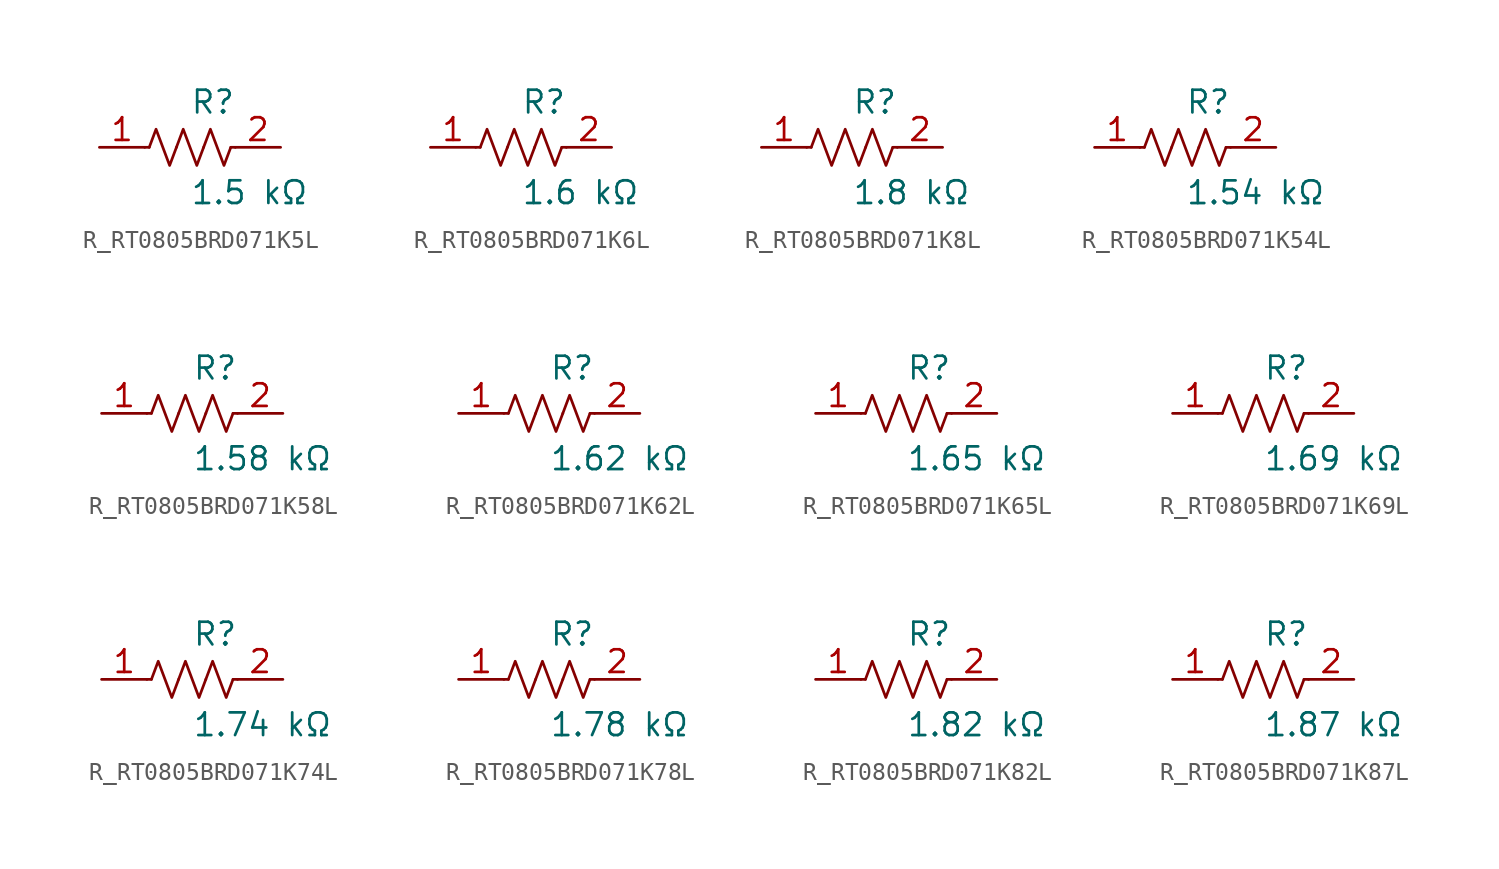
<source format=kicad_sym>
(kicad_symbol_lib
  (version 20231120)
  (generator kicad_symbol_editor)
  (generator_version 8.0)
  (symbol "R_RT0805BRD071K5L"
    (pin_names
      (offset 0.254))
    (property "Reference" "R"
      (at 0.0 2.54 0)
      (effects (font (size 1.27 1.27)) (justify left)))
    (property "Value" "1.5 kΩ"
      (at 0.0 -2.54 0)
      (effects (font (size 1.27 1.27)) (justify left)))
    (symbol "R_RT0805BRD071K5L_0_1"
      (polyline (pts (xy 2.286 0) (xy 2.54 0)) (stroke (width 0) (type default)) (fill (type none)))
      (polyline (pts (xy -2.286 0) (xy -2.54 0)) (stroke (width 0) (type default)) (fill (type none)))
      (polyline (pts (xy 0.762 0) (xy 1.143 1.016) (xy 1.524 0) (xy 1.905 -1.016) (xy 2.286 0)) (stroke (width 0) (type default)) (fill (type none)))
      (polyline (pts (xy -0.762 0) (xy -0.381 1.016) (xy 0 0) (xy 0.381 -1.016) (xy 0.762 0)) (stroke (width 0) (type default)) (fill (type none)))
      (polyline (pts (xy -2.286 0) (xy -1.905 1.016) (xy -1.524 0) (xy -1.143 -1.016) (xy -0.762 0)) (stroke (width 0) (type default)) (fill (type none))))
    (pin unspecified line
      (at -5.08 0 0)
      (length 2.54)
      (name "" (effects (font (size 1.27 1.27))))
      (number "1" (effects (font (size 1.27 1.27)))))
    (pin unspecified line
      (at 5.08 0 180)
      (length 2.54)
      (name "" (effects (font (size 1.27 1.27))))
      (number "2" (effects (font (size 1.27 1.27))))))
  (symbol "R_RT0805BRD071K6L"
    (pin_names
      (offset 0.254))
    (property "Reference" "R"
      (at 0.0 2.54 0)
      (effects (font (size 1.27 1.27)) (justify left)))
    (property "Value" "1.6 kΩ"
      (at 0.0 -2.54 0)
      (effects (font (size 1.27 1.27)) (justify left)))
    (symbol "R_RT0805BRD071K6L_0_1"
      (polyline (pts (xy 2.286 0) (xy 2.54 0)) (stroke (width 0) (type default)) (fill (type none)))
      (polyline (pts (xy -2.286 0) (xy -2.54 0)) (stroke (width 0) (type default)) (fill (type none)))
      (polyline (pts (xy 0.762 0) (xy 1.143 1.016) (xy 1.524 0) (xy 1.905 -1.016) (xy 2.286 0)) (stroke (width 0) (type default)) (fill (type none)))
      (polyline (pts (xy -0.762 0) (xy -0.381 1.016) (xy 0 0) (xy 0.381 -1.016) (xy 0.762 0)) (stroke (width 0) (type default)) (fill (type none)))
      (polyline (pts (xy -2.286 0) (xy -1.905 1.016) (xy -1.524 0) (xy -1.143 -1.016) (xy -0.762 0)) (stroke (width 0) (type default)) (fill (type none))))
    (pin unspecified line
      (at -5.08 0 0)
      (length 2.54)
      (name "" (effects (font (size 1.27 1.27))))
      (number "1" (effects (font (size 1.27 1.27)))))
    (pin unspecified line
      (at 5.08 0 180)
      (length 2.54)
      (name "" (effects (font (size 1.27 1.27))))
      (number "2" (effects (font (size 1.27 1.27))))))
  (symbol "R_RT0805BRD071K8L"
    (pin_names
      (offset 0.254))
    (property "Reference" "R"
      (at 0.0 2.54 0)
      (effects (font (size 1.27 1.27)) (justify left)))
    (property "Value" "1.8 kΩ"
      (at 0.0 -2.54 0)
      (effects (font (size 1.27 1.27)) (justify left)))
    (symbol "R_RT0805BRD071K8L_0_1"
      (polyline (pts (xy 2.286 0) (xy 2.54 0)) (stroke (width 0) (type default)) (fill (type none)))
      (polyline (pts (xy -2.286 0) (xy -2.54 0)) (stroke (width 0) (type default)) (fill (type none)))
      (polyline (pts (xy 0.762 0) (xy 1.143 1.016) (xy 1.524 0) (xy 1.905 -1.016) (xy 2.286 0)) (stroke (width 0) (type default)) (fill (type none)))
      (polyline (pts (xy -0.762 0) (xy -0.381 1.016) (xy 0 0) (xy 0.381 -1.016) (xy 0.762 0)) (stroke (width 0) (type default)) (fill (type none)))
      (polyline (pts (xy -2.286 0) (xy -1.905 1.016) (xy -1.524 0) (xy -1.143 -1.016) (xy -0.762 0)) (stroke (width 0) (type default)) (fill (type none))))
    (pin unspecified line
      (at -5.08 0 0)
      (length 2.54)
      (name "" (effects (font (size 1.27 1.27))))
      (number "1" (effects (font (size 1.27 1.27)))))
    (pin unspecified line
      (at 5.08 0 180)
      (length 2.54)
      (name "" (effects (font (size 1.27 1.27))))
      (number "2" (effects (font (size 1.27 1.27))))))
  (symbol "R_RT0805BRD071K54L"
    (pin_names
      (offset 0.254))
    (property "Reference" "R"
      (at 0.0 2.54 0)
      (effects (font (size 1.27 1.27)) (justify left)))
    (property "Value" "1.54 kΩ"
      (at 0.0 -2.54 0)
      (effects (font (size 1.27 1.27)) (justify left)))
    (symbol "R_RT0805BRD071K54L_0_1"
      (polyline (pts (xy 2.286 0) (xy 2.54 0)) (stroke (width 0) (type default)) (fill (type none)))
      (polyline (pts (xy -2.286 0) (xy -2.54 0)) (stroke (width 0) (type default)) (fill (type none)))
      (polyline (pts (xy 0.762 0) (xy 1.143 1.016) (xy 1.524 0) (xy 1.905 -1.016) (xy 2.286 0)) (stroke (width 0) (type default)) (fill (type none)))
      (polyline (pts (xy -0.762 0) (xy -0.381 1.016) (xy 0 0) (xy 0.381 -1.016) (xy 0.762 0)) (stroke (width 0) (type default)) (fill (type none)))
      (polyline (pts (xy -2.286 0) (xy -1.905 1.016) (xy -1.524 0) (xy -1.143 -1.016) (xy -0.762 0)) (stroke (width 0) (type default)) (fill (type none))))
    (pin unspecified line
      (at -5.08 0 0)
      (length 2.54)
      (name "" (effects (font (size 1.27 1.27))))
      (number "1" (effects (font (size 1.27 1.27)))))
    (pin unspecified line
      (at 5.08 0 180)
      (length 2.54)
      (name "" (effects (font (size 1.27 1.27))))
      (number "2" (effects (font (size 1.27 1.27))))))
  (symbol "R_RT0805BRD071K58L"
    (pin_names
      (offset 0.254))
    (property "Reference" "R"
      (at 0.0 2.54 0)
      (effects (font (size 1.27 1.27)) (justify left)))
    (property "Value" "1.58 kΩ"
      (at 0.0 -2.54 0)
      (effects (font (size 1.27 1.27)) (justify left)))
    (symbol "R_RT0805BRD071K58L_0_1"
      (polyline (pts (xy 2.286 0) (xy 2.54 0)) (stroke (width 0) (type default)) (fill (type none)))
      (polyline (pts (xy -2.286 0) (xy -2.54 0)) (stroke (width 0) (type default)) (fill (type none)))
      (polyline (pts (xy 0.762 0) (xy 1.143 1.016) (xy 1.524 0) (xy 1.905 -1.016) (xy 2.286 0)) (stroke (width 0) (type default)) (fill (type none)))
      (polyline (pts (xy -0.762 0) (xy -0.381 1.016) (xy 0 0) (xy 0.381 -1.016) (xy 0.762 0)) (stroke (width 0) (type default)) (fill (type none)))
      (polyline (pts (xy -2.286 0) (xy -1.905 1.016) (xy -1.524 0) (xy -1.143 -1.016) (xy -0.762 0)) (stroke (width 0) (type default)) (fill (type none))))
    (pin unspecified line
      (at -5.08 0 0)
      (length 2.54)
      (name "" (effects (font (size 1.27 1.27))))
      (number "1" (effects (font (size 1.27 1.27)))))
    (pin unspecified line
      (at 5.08 0 180)
      (length 2.54)
      (name "" (effects (font (size 1.27 1.27))))
      (number "2" (effects (font (size 1.27 1.27))))))
  (symbol "R_RT0805BRD071K62L"
    (pin_names
      (offset 0.254))
    (property "Reference" "R"
      (at 0.0 2.54 0)
      (effects (font (size 1.27 1.27)) (justify left)))
    (property "Value" "1.62 kΩ"
      (at 0.0 -2.54 0)
      (effects (font (size 1.27 1.27)) (justify left)))
    (symbol "R_RT0805BRD071K62L_0_1"
      (polyline (pts (xy 2.286 0) (xy 2.54 0)) (stroke (width 0) (type default)) (fill (type none)))
      (polyline (pts (xy -2.286 0) (xy -2.54 0)) (stroke (width 0) (type default)) (fill (type none)))
      (polyline (pts (xy 0.762 0) (xy 1.143 1.016) (xy 1.524 0) (xy 1.905 -1.016) (xy 2.286 0)) (stroke (width 0) (type default)) (fill (type none)))
      (polyline (pts (xy -0.762 0) (xy -0.381 1.016) (xy 0 0) (xy 0.381 -1.016) (xy 0.762 0)) (stroke (width 0) (type default)) (fill (type none)))
      (polyline (pts (xy -2.286 0) (xy -1.905 1.016) (xy -1.524 0) (xy -1.143 -1.016) (xy -0.762 0)) (stroke (width 0) (type default)) (fill (type none))))
    (pin unspecified line
      (at -5.08 0 0)
      (length 2.54)
      (name "" (effects (font (size 1.27 1.27))))
      (number "1" (effects (font (size 1.27 1.27)))))
    (pin unspecified line
      (at 5.08 0 180)
      (length 2.54)
      (name "" (effects (font (size 1.27 1.27))))
      (number "2" (effects (font (size 1.27 1.27))))))
  (symbol "R_RT0805BRD071K65L"
    (pin_names
      (offset 0.254))
    (property "Reference" "R"
      (at 0.0 2.54 0)
      (effects (font (size 1.27 1.27)) (justify left)))
    (property "Value" "1.65 kΩ"
      (at 0.0 -2.54 0)
      (effects (font (size 1.27 1.27)) (justify left)))
    (symbol "R_RT0805BRD071K65L_0_1"
      (polyline (pts (xy 2.286 0) (xy 2.54 0)) (stroke (width 0) (type default)) (fill (type none)))
      (polyline (pts (xy -2.286 0) (xy -2.54 0)) (stroke (width 0) (type default)) (fill (type none)))
      (polyline (pts (xy 0.762 0) (xy 1.143 1.016) (xy 1.524 0) (xy 1.905 -1.016) (xy 2.286 0)) (stroke (width 0) (type default)) (fill (type none)))
      (polyline (pts (xy -0.762 0) (xy -0.381 1.016) (xy 0 0) (xy 0.381 -1.016) (xy 0.762 0)) (stroke (width 0) (type default)) (fill (type none)))
      (polyline (pts (xy -2.286 0) (xy -1.905 1.016) (xy -1.524 0) (xy -1.143 -1.016) (xy -0.762 0)) (stroke (width 0) (type default)) (fill (type none))))
    (pin unspecified line
      (at -5.08 0 0)
      (length 2.54)
      (name "" (effects (font (size 1.27 1.27))))
      (number "1" (effects (font (size 1.27 1.27)))))
    (pin unspecified line
      (at 5.08 0 180)
      (length 2.54)
      (name "" (effects (font (size 1.27 1.27))))
      (number "2" (effects (font (size 1.27 1.27))))))
  (symbol "R_RT0805BRD071K69L"
    (pin_names
      (offset 0.254))
    (property "Reference" "R"
      (at 0.0 2.54 0)
      (effects (font (size 1.27 1.27)) (justify left)))
    (property "Value" "1.69 kΩ"
      (at 0.0 -2.54 0)
      (effects (font (size 1.27 1.27)) (justify left)))
    (symbol "R_RT0805BRD071K69L_0_1"
      (polyline (pts (xy 2.286 0) (xy 2.54 0)) (stroke (width 0) (type default)) (fill (type none)))
      (polyline (pts (xy -2.286 0) (xy -2.54 0)) (stroke (width 0) (type default)) (fill (type none)))
      (polyline (pts (xy 0.762 0) (xy 1.143 1.016) (xy 1.524 0) (xy 1.905 -1.016) (xy 2.286 0)) (stroke (width 0) (type default)) (fill (type none)))
      (polyline (pts (xy -0.762 0) (xy -0.381 1.016) (xy 0 0) (xy 0.381 -1.016) (xy 0.762 0)) (stroke (width 0) (type default)) (fill (type none)))
      (polyline (pts (xy -2.286 0) (xy -1.905 1.016) (xy -1.524 0) (xy -1.143 -1.016) (xy -0.762 0)) (stroke (width 0) (type default)) (fill (type none))))
    (pin unspecified line
      (at -5.08 0 0)
      (length 2.54)
      (name "" (effects (font (size 1.27 1.27))))
      (number "1" (effects (font (size 1.27 1.27)))))
    (pin unspecified line
      (at 5.08 0 180)
      (length 2.54)
      (name "" (effects (font (size 1.27 1.27))))
      (number "2" (effects (font (size 1.27 1.27))))))
  (symbol "R_RT0805BRD071K74L"
    (pin_names
      (offset 0.254))
    (property "Reference" "R"
      (at 0.0 2.54 0)
      (effects (font (size 1.27 1.27)) (justify left)))
    (property "Value" "1.74 kΩ"
      (at 0.0 -2.54 0)
      (effects (font (size 1.27 1.27)) (justify left)))
    (symbol "R_RT0805BRD071K74L_0_1"
      (polyline (pts (xy 2.286 0) (xy 2.54 0)) (stroke (width 0) (type default)) (fill (type none)))
      (polyline (pts (xy -2.286 0) (xy -2.54 0)) (stroke (width 0) (type default)) (fill (type none)))
      (polyline (pts (xy 0.762 0) (xy 1.143 1.016) (xy 1.524 0) (xy 1.905 -1.016) (xy 2.286 0)) (stroke (width 0) (type default)) (fill (type none)))
      (polyline (pts (xy -0.762 0) (xy -0.381 1.016) (xy 0 0) (xy 0.381 -1.016) (xy 0.762 0)) (stroke (width 0) (type default)) (fill (type none)))
      (polyline (pts (xy -2.286 0) (xy -1.905 1.016) (xy -1.524 0) (xy -1.143 -1.016) (xy -0.762 0)) (stroke (width 0) (type default)) (fill (type none))))
    (pin unspecified line
      (at -5.08 0 0)
      (length 2.54)
      (name "" (effects (font (size 1.27 1.27))))
      (number "1" (effects (font (size 1.27 1.27)))))
    (pin unspecified line
      (at 5.08 0 180)
      (length 2.54)
      (name "" (effects (font (size 1.27 1.27))))
      (number "2" (effects (font (size 1.27 1.27))))))
  (symbol "R_RT0805BRD071K78L"
    (pin_names
      (offset 0.254))
    (property "Reference" "R"
      (at 0.0 2.54 0)
      (effects (font (size 1.27 1.27)) (justify left)))
    (property "Value" "1.78 kΩ"
      (at 0.0 -2.54 0)
      (effects (font (size 1.27 1.27)) (justify left)))
    (symbol "R_RT0805BRD071K78L_0_1"
      (polyline (pts (xy 2.286 0) (xy 2.54 0)) (stroke (width 0) (type default)) (fill (type none)))
      (polyline (pts (xy -2.286 0) (xy -2.54 0)) (stroke (width 0) (type default)) (fill (type none)))
      (polyline (pts (xy 0.762 0) (xy 1.143 1.016) (xy 1.524 0) (xy 1.905 -1.016) (xy 2.286 0)) (stroke (width 0) (type default)) (fill (type none)))
      (polyline (pts (xy -0.762 0) (xy -0.381 1.016) (xy 0 0) (xy 0.381 -1.016) (xy 0.762 0)) (stroke (width 0) (type default)) (fill (type none)))
      (polyline (pts (xy -2.286 0) (xy -1.905 1.016) (xy -1.524 0) (xy -1.143 -1.016) (xy -0.762 0)) (stroke (width 0) (type default)) (fill (type none))))
    (pin unspecified line
      (at -5.08 0 0)
      (length 2.54)
      (name "" (effects (font (size 1.27 1.27))))
      (number "1" (effects (font (size 1.27 1.27)))))
    (pin unspecified line
      (at 5.08 0 180)
      (length 2.54)
      (name "" (effects (font (size 1.27 1.27))))
      (number "2" (effects (font (size 1.27 1.27))))))
  (symbol "R_RT0805BRD071K82L"
    (pin_names
      (offset 0.254))
    (property "Reference" "R"
      (at 0.0 2.54 0)
      (effects (font (size 1.27 1.27)) (justify left)))
    (property "Value" "1.82 kΩ"
      (at 0.0 -2.54 0)
      (effects (font (size 1.27 1.27)) (justify left)))
    (symbol "R_RT0805BRD071K82L_0_1"
      (polyline (pts (xy 2.286 0) (xy 2.54 0)) (stroke (width 0) (type default)) (fill (type none)))
      (polyline (pts (xy -2.286 0) (xy -2.54 0)) (stroke (width 0) (type default)) (fill (type none)))
      (polyline (pts (xy 0.762 0) (xy 1.143 1.016) (xy 1.524 0) (xy 1.905 -1.016) (xy 2.286 0)) (stroke (width 0) (type default)) (fill (type none)))
      (polyline (pts (xy -0.762 0) (xy -0.381 1.016) (xy 0 0) (xy 0.381 -1.016) (xy 0.762 0)) (stroke (width 0) (type default)) (fill (type none)))
      (polyline (pts (xy -2.286 0) (xy -1.905 1.016) (xy -1.524 0) (xy -1.143 -1.016) (xy -0.762 0)) (stroke (width 0) (type default)) (fill (type none))))
    (pin unspecified line
      (at -5.08 0 0)
      (length 2.54)
      (name "" (effects (font (size 1.27 1.27))))
      (number "1" (effects (font (size 1.27 1.27)))))
    (pin unspecified line
      (at 5.08 0 180)
      (length 2.54)
      (name "" (effects (font (size 1.27 1.27))))
      (number "2" (effects (font (size 1.27 1.27))))))
  (symbol "R_RT0805BRD071K87L"
    (pin_names
      (offset 0.254))
    (property "Reference" "R"
      (at 0.0 2.54 0)
      (effects (font (size 1.27 1.27)) (justify left)))
    (property "Value" "1.87 kΩ"
      (at 0.0 -2.54 0)
      (effects (font (size 1.27 1.27)) (justify left)))
    (symbol "R_RT0805BRD071K87L_0_1"
      (polyline (pts (xy 2.286 0) (xy 2.54 0)) (stroke (width 0) (type default)) (fill (type none)))
      (polyline (pts (xy -2.286 0) (xy -2.54 0)) (stroke (width 0) (type default)) (fill (type none)))
      (polyline (pts (xy 0.762 0) (xy 1.143 1.016) (xy 1.524 0) (xy 1.905 -1.016) (xy 2.286 0)) (stroke (width 0) (type default)) (fill (type none)))
      (polyline (pts (xy -0.762 0) (xy -0.381 1.016) (xy 0 0) (xy 0.381 -1.016) (xy 0.762 0)) (stroke (width 0) (type default)) (fill (type none)))
      (polyline (pts (xy -2.286 0) (xy -1.905 1.016) (xy -1.524 0) (xy -1.143 -1.016) (xy -0.762 0)) (stroke (width 0) (type default)) (fill (type none))))
    (pin unspecified line
      (at -5.08 0 0)
      (length 2.54)
      (name "" (effects (font (size 1.27 1.27))))
      (number "1" (effects (font (size 1.27 1.27)))))
    (pin unspecified line
      (at 5.08 0 180)
      (length 2.54)
      (name "" (effects (font (size 1.27 1.27))))
      (number "2" (effects (font (size 1.27 1.27)))))))
</source>
